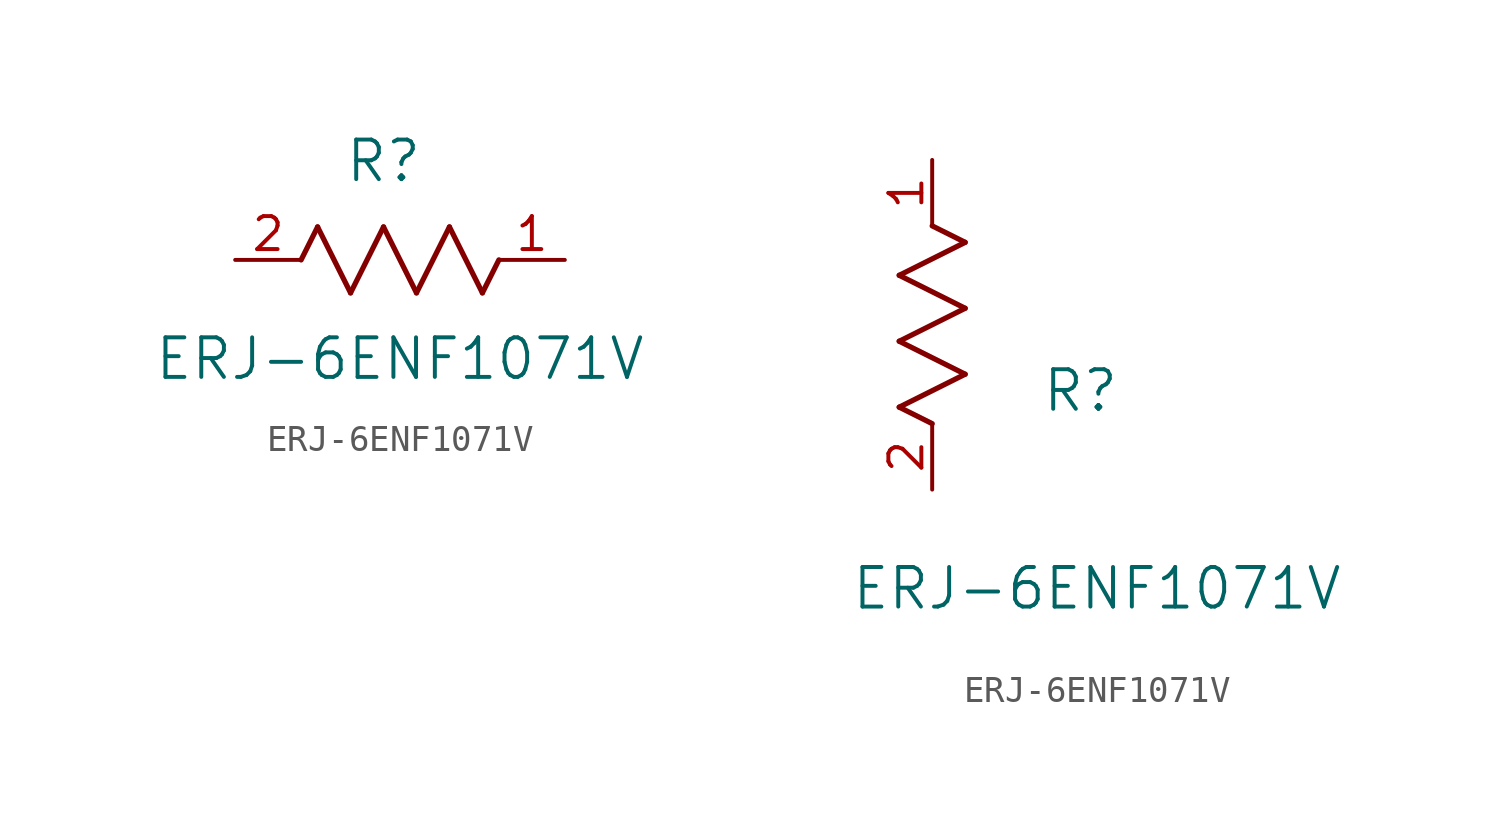
<source format=kicad_sym>
(kicad_symbol_lib
  (version 20211014)
  (generator kicad_symbol_editor)
  (symbol "ERJ-6ENF1071V"
    (pin_names
      (offset 0.254))
    (property "Reference" "R"
      (at 5.715 3.81 0)
      (effects (font (size 1.524 1.524))))
    (property "Value" "ERJ-6ENF1071V"
      (at 6.35 -3.81 0)
      (effects (font (size 1.524 1.524))))
    (symbol "ERJ-6ENF1071V_1_1"
      (polyline (pts (xy 3.175 1.27) (xy 4.445 -1.27)) (stroke (width 0.203) (type default) (color 0 0 0 0)) (fill (type none)))
      (polyline (pts (xy 4.445 -1.27) (xy 5.715 1.27)) (stroke (width 0.203) (type default) (color 0 0 0 0)) (fill (type none)))
      (polyline (pts (xy 5.715 1.27) (xy 6.985 -1.27)) (stroke (width 0.203) (type default) (color 0 0 0 0)) (fill (type none)))
      (polyline (pts (xy 6.985 -1.27) (xy 8.255 1.27)) (stroke (width 0.203) (type default) (color 0 0 0 0)) (fill (type none)))
      (polyline (pts (xy 8.255 1.27) (xy 9.525 -1.27)) (stroke (width 0.203) (type default) (color 0 0 0 0)) (fill (type none)))
      (polyline (pts (xy 2.54 0) (xy 3.175 1.27)) (stroke (width 0.203) (type default) (color 0 0 0 0)) (fill (type none)))
      (polyline (pts (xy 9.525 -1.27) (xy 10.16 0)) (stroke (width 0.203) (type default) (color 0 0 0 0)) (fill (type none)))
      (pin unspecified line (at 12.7 0 180) (length 2.54) (name "" (effects (font (size 1.27 1.27)))) (number "1" (effects (font (size 1.27 1.27)))))
      (pin unspecified line (at 0 0 0) (length 2.54) (name "" (effects (font (size 1.27 1.27)))) (number "2" (effects (font (size 1.27 1.27))))))
    (symbol "ERJ-6ENF1071V_1_2"
      (polyline (pts (xy 0 2.54) (xy -1.27 3.175)) (stroke (width 0.203) (type default) (color 0 0 0 0)) (fill (type none)))
      (polyline (pts (xy -1.27 3.175) (xy 1.27 4.445)) (stroke (width 0.203) (type default) (color 0 0 0 0)) (fill (type none)))
      (polyline (pts (xy 1.27 4.445) (xy -1.27 5.715)) (stroke (width 0.203) (type default) (color 0 0 0 0)) (fill (type none)))
      (polyline (pts (xy -1.27 5.715) (xy 1.27 6.985)) (stroke (width 0.203) (type default) (color 0 0 0 0)) (fill (type none)))
      (polyline (pts (xy -1.27 8.255) (xy 1.27 9.525)) (stroke (width 0.203) (type default) (color 0 0 0 0)) (fill (type none)))
      (polyline (pts (xy 1.27 9.525) (xy 0 10.16)) (stroke (width 0.203) (type default) (color 0 0 0 0)) (fill (type none)))
      (polyline (pts (xy 1.27 6.985) (xy -1.27 8.255)) (stroke (width 0.203) (type default) (color 0 0 0 0)) (fill (type none)))
      (pin unspecified line (at 0 12.7 270) (length 2.54) (name "" (effects (font (size 1.27 1.27)))) (number "1" (effects (font (size 1.27 1.27)))))
      (pin unspecified line (at 0 0 90) (length 2.54) (name "" (effects (font (size 1.27 1.27)))) (number "2" (effects (font (size 1.27 1.27))))))))
</source>
